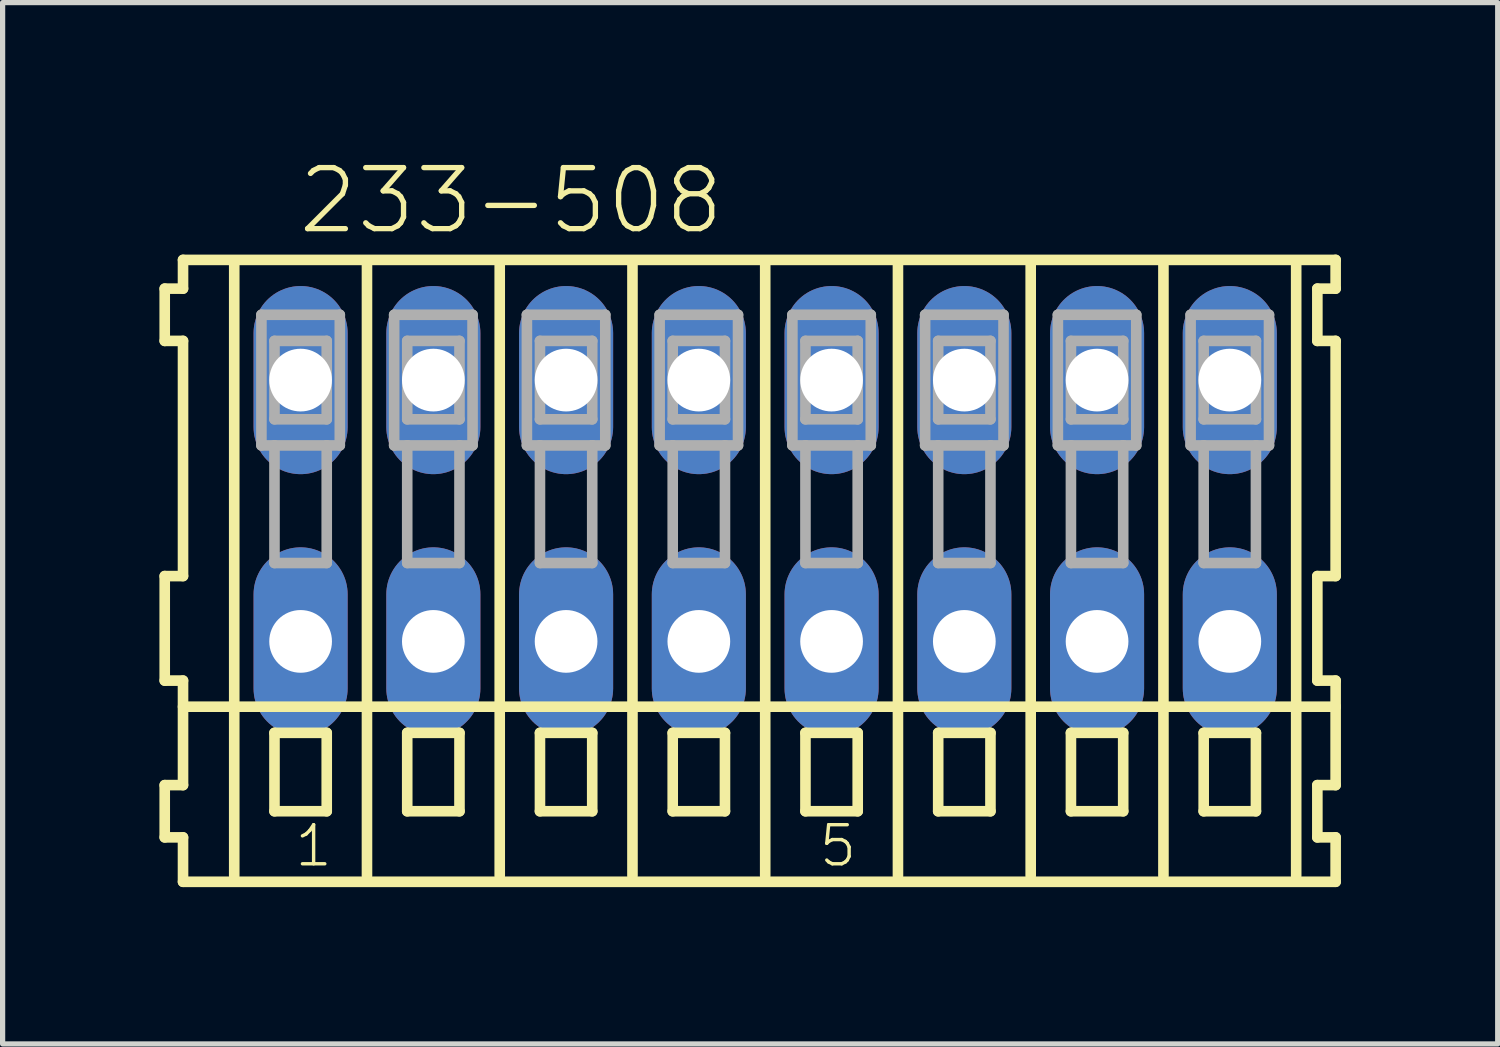
<source format=kicad_pcb>
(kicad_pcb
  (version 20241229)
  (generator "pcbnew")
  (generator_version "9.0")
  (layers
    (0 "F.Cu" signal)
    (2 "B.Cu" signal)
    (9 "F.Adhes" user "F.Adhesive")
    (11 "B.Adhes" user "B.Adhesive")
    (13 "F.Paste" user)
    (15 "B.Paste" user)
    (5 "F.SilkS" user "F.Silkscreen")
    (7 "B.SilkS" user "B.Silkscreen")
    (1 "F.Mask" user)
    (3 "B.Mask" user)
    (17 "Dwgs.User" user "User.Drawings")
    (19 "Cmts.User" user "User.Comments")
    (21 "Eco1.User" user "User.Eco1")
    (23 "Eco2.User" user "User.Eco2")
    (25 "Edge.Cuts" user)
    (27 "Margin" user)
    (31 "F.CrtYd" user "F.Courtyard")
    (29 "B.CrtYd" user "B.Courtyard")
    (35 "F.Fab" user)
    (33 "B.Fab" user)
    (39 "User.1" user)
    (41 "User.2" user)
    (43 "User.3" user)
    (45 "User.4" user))
  (footprint "233-508"
    (layer "F.Cu")
    (at 11.592 6.723)
    (property "Reference" "233-508" (at -8.99 -5.25 0) (layer "F.SilkS") (effects (font (size 1.168 1.168) (thickness 0.102)) (justify left bottom)))
    (fp_line (start -11.49 -4.25) (end -11.49 -3.25) (stroke (width 0.203) (type solid)) (layer "F.SilkS"))
    (fp_line (start -11.49 -3.25) (end -11.14 -3.25) (stroke (width 0.203) (type solid)) (layer "F.SilkS"))
    (fp_line (start -11.49 1.25) (end -11.49 3.25) (stroke (width 0.203) (type solid)) (layer "F.SilkS"))
    (fp_line (start -11.49 3.25) (end -11.14 3.25) (stroke (width 0.203) (type solid)) (layer "F.SilkS"))
    (fp_line (start -11.49 5.25) (end -11.49 6.25) (stroke (width 0.203) (type solid)) (layer "F.SilkS"))
    (fp_line (start -11.49 6.25) (end -11.14 6.25) (stroke (width 0.203) (type solid)) (layer "F.SilkS"))
    (fp_line (start -11.14 -4.8) (end -11.14 -4.25) (stroke (width 0.203) (type solid)) (layer "F.SilkS"))
    (fp_line (start -11.14 -4.25) (end -11.49 -4.25) (stroke (width 0.203) (type solid)) (layer "F.SilkS"))
    (fp_line (start -11.14 -3.25) (end -11.14 1.25) (stroke (width 0.203) (type solid)) (layer "F.SilkS"))
    (fp_line (start -11.14 1.25) (end -11.49 1.25) (stroke (width 0.203) (type solid)) (layer "F.SilkS"))
    (fp_line (start -11.14 3.25) (end -11.14 5.25) (stroke (width 0.203) (type solid)) (layer "F.SilkS"))
    (fp_line (start -11.14 3.75) (end 10.915 3.75) (stroke (width 0.203) (type solid)) (layer "F.SilkS"))
    (fp_line (start -11.14 5.25) (end -11.49 5.25) (stroke (width 0.203) (type solid)) (layer "F.SilkS"))
    (fp_line (start -11.14 6.25) (end -11.14 7.1) (stroke (width 0.203) (type solid)) (layer "F.SilkS"))
    (fp_line (start -11.14 7.1) (end 10.915 7.1) (stroke (width 0.203) (type solid)) (layer "F.SilkS"))
    (fp_line (start -10.16 6.985) (end -10.16 -4.699) (stroke (width 0.203) (type solid)) (layer "F.SilkS"))
    (fp_line (start -9.39 4.25) (end -9.39 5.75) (stroke (width 0.203) (type solid)) (layer "F.SilkS"))
    (fp_line (start -9.39 5.75) (end -8.39 5.75) (stroke (width 0.203) (type solid)) (layer "F.SilkS"))
    (fp_line (start -8.39 4.25) (end -9.39 4.25) (stroke (width 0.203) (type solid)) (layer "F.SilkS"))
    (fp_line (start -8.39 5.75) (end -8.39 4.25) (stroke (width 0.203) (type solid)) (layer "F.SilkS"))
    (fp_line (start -7.62 6.985) (end -7.62 -4.699) (stroke (width 0.203) (type solid)) (layer "F.SilkS"))
    (fp_line (start -6.85 4.25) (end -6.85 5.75) (stroke (width 0.203) (type solid)) (layer "F.SilkS"))
    (fp_line (start -6.85 5.75) (end -5.85 5.75) (stroke (width 0.203) (type solid)) (layer "F.SilkS"))
    (fp_line (start -5.85 4.25) (end -6.85 4.25) (stroke (width 0.203) (type solid)) (layer "F.SilkS"))
    (fp_line (start -5.85 5.75) (end -5.85 4.25) (stroke (width 0.203) (type solid)) (layer "F.SilkS"))
    (fp_line (start -5.08 6.985) (end -5.08 -4.699) (stroke (width 0.203) (type solid)) (layer "F.SilkS"))
    (fp_line (start -4.31 4.25) (end -4.31 5.75) (stroke (width 0.203) (type solid)) (layer "F.SilkS"))
    (fp_line (start -4.31 5.75) (end -3.31 5.75) (stroke (width 0.203) (type solid)) (layer "F.SilkS"))
    (fp_line (start -3.31 4.25) (end -4.31 4.25) (stroke (width 0.203) (type solid)) (layer "F.SilkS"))
    (fp_line (start -3.31 5.75) (end -3.31 4.25) (stroke (width 0.203) (type solid)) (layer "F.SilkS"))
    (fp_line (start -2.54 6.985) (end -2.54 -4.699) (stroke (width 0.203) (type solid)) (layer "F.SilkS"))
    (fp_line (start -1.77 4.25) (end -1.77 5.75) (stroke (width 0.203) (type solid)) (layer "F.SilkS"))
    (fp_line (start -1.77 5.75) (end -0.77 5.75) (stroke (width 0.203) (type solid)) (layer "F.SilkS"))
    (fp_line (start -0.77 4.25) (end -1.77 4.25) (stroke (width 0.203) (type solid)) (layer "F.SilkS"))
    (fp_line (start -0.77 5.75) (end -0.77 4.25) (stroke (width 0.203) (type solid)) (layer "F.SilkS"))
    (fp_line (start 0 6.985) (end 0 -4.699) (stroke (width 0.203) (type solid)) (layer "F.SilkS"))
    (fp_line (start 0.77 4.25) (end 0.77 5.75) (stroke (width 0.203) (type solid)) (layer "F.SilkS"))
    (fp_line (start 0.77 5.75) (end 1.77 5.75) (stroke (width 0.203) (type solid)) (layer "F.SilkS"))
    (fp_line (start 1.77 4.25) (end 0.77 4.25) (stroke (width 0.203) (type solid)) (layer "F.SilkS"))
    (fp_line (start 1.77 5.75) (end 1.77 4.25) (stroke (width 0.203) (type solid)) (layer "F.SilkS"))
    (fp_line (start 2.54 6.985) (end 2.54 -4.699) (stroke (width 0.203) (type solid)) (layer "F.SilkS"))
    (fp_line (start 3.31 4.25) (end 3.31 5.75) (stroke (width 0.203) (type solid)) (layer "F.SilkS"))
    (fp_line (start 3.31 5.75) (end 4.31 5.75) (stroke (width 0.203) (type solid)) (layer "F.SilkS"))
    (fp_line (start 4.31 4.25) (end 3.31 4.25) (stroke (width 0.203) (type solid)) (layer "F.SilkS"))
    (fp_line (start 4.31 5.75) (end 4.31 4.25) (stroke (width 0.203) (type solid)) (layer "F.SilkS"))
    (fp_line (start 5.08 6.985) (end 5.08 -4.699) (stroke (width 0.203) (type solid)) (layer "F.SilkS"))
    (fp_line (start 5.85 4.25) (end 5.85 5.75) (stroke (width 0.203) (type solid)) (layer "F.SilkS"))
    (fp_line (start 5.85 5.75) (end 6.85 5.75) (stroke (width 0.203) (type solid)) (layer "F.SilkS"))
    (fp_line (start 6.85 4.25) (end 5.85 4.25) (stroke (width 0.203) (type solid)) (layer "F.SilkS"))
    (fp_line (start 6.85 5.75) (end 6.85 4.25) (stroke (width 0.203) (type solid)) (layer "F.SilkS"))
    (fp_line (start 7.62 6.985) (end 7.62 -4.699) (stroke (width 0.203) (type solid)) (layer "F.SilkS"))
    (fp_line (start 8.39 4.25) (end 8.39 5.75) (stroke (width 0.203) (type solid)) (layer "F.SilkS"))
    (fp_line (start 8.39 5.75) (end 9.39 5.75) (stroke (width 0.203) (type solid)) (layer "F.SilkS"))
    (fp_line (start 9.39 4.25) (end 8.39 4.25) (stroke (width 0.203) (type solid)) (layer "F.SilkS"))
    (fp_line (start 9.39 5.75) (end 9.39 4.25) (stroke (width 0.203) (type solid)) (layer "F.SilkS"))
    (fp_line (start 10.16 6.985) (end 10.16 -4.699) (stroke (width 0.203) (type solid)) (layer "F.SilkS"))
    (fp_line (start 10.565 -4.25) (end 10.565 -3.25) (stroke (width 0.203) (type solid)) (layer "F.SilkS"))
    (fp_line (start 10.565 -3.25) (end 10.915 -3.25) (stroke (width 0.203) (type solid)) (layer "F.SilkS"))
    (fp_line (start 10.565 1.25) (end 10.565 3.25) (stroke (width 0.203) (type solid)) (layer "F.SilkS"))
    (fp_line (start 10.565 3.25) (end 10.915 3.25) (stroke (width 0.203) (type solid)) (layer "F.SilkS"))
    (fp_line (start 10.565 5.25) (end 10.565 6.25) (stroke (width 0.203) (type solid)) (layer "F.SilkS"))
    (fp_line (start 10.565 6.25) (end 10.915 6.25) (stroke (width 0.203) (type solid)) (layer "F.SilkS"))
    (fp_line (start 10.915 -4.8) (end -11.14 -4.8) (stroke (width 0.203) (type solid)) (layer "F.SilkS"))
    (fp_line (start 10.915 -4.25) (end 10.565 -4.25) (stroke (width 0.203) (type solid)) (layer "F.SilkS"))
    (fp_line (start 10.915 -4.25) (end 10.915 -4.8) (stroke (width 0.203) (type solid)) (layer "F.SilkS"))
    (fp_line (start 10.915 1.25) (end 10.565 1.25) (stroke (width 0.203) (type solid)) (layer "F.SilkS"))
    (fp_line (start 10.915 1.25) (end 10.915 -3.25) (stroke (width 0.203) (type solid)) (layer "F.SilkS"))
    (fp_line (start 10.915 3.75) (end 10.915 3.25) (stroke (width 0.203) (type solid)) (layer "F.SilkS"))
    (fp_line (start 10.915 5.25) (end 10.565 5.25) (stroke (width 0.203) (type solid)) (layer "F.SilkS"))
    (fp_line (start 10.915 5.25) (end 10.915 3.75) (stroke (width 0.203) (type solid)) (layer "F.SilkS"))
    (fp_line (start 10.915 7.1) (end 10.915 6.25) (stroke (width 0.203) (type solid)) (layer "F.SilkS"))
    (fp_line (start -9.64 -3.75) (end -9.64 -1.25) (stroke (width 0.203) (type solid)) (layer "F.Fab"))
    (fp_line (start -9.64 -1.25) (end -9.39 -1.25) (stroke (width 0.203) (type solid)) (layer "F.Fab"))
    (fp_line (start -9.39 -3.25) (end -9.39 -1.75) (stroke (width 0.203) (type solid)) (layer "F.Fab"))
    (fp_line (start -9.39 -1.75) (end -8.39 -1.75) (stroke (width 0.203) (type solid)) (layer "F.Fab"))
    (fp_line (start -9.39 -1.25) (end -9.39 1) (stroke (width 0.203) (type solid)) (layer "F.Fab"))
    (fp_line (start -9.39 -1.25) (end -8.39 -1.25) (stroke (width 0.203) (type solid)) (layer "F.Fab"))
    (fp_line (start -9.39 1) (end -8.39 1) (stroke (width 0.203) (type solid)) (layer "F.Fab"))
    (fp_line (start -8.39 -3.25) (end -9.39 -3.25) (stroke (width 0.203) (type solid)) (layer "F.Fab"))
    (fp_line (start -8.39 -1.75) (end -8.39 -3.25) (stroke (width 0.203) (type solid)) (layer "F.Fab"))
    (fp_line (start -8.39 -1.25) (end -8.14 -1.25) (stroke (width 0.203) (type solid)) (layer "F.Fab"))
    (fp_line (start -8.39 1) (end -8.39 -1.25) (stroke (width 0.203) (type solid)) (layer "F.Fab"))
    (fp_line (start -8.14 -3.75) (end -9.64 -3.75) (stroke (width 0.203) (type solid)) (layer "F.Fab"))
    (fp_line (start -8.14 -1.25) (end -8.14 -3.75) (stroke (width 0.203) (type solid)) (layer "F.Fab"))
    (fp_line (start -7.1 -3.75) (end -7.1 -1.25) (stroke (width 0.203) (type solid)) (layer "F.Fab"))
    (fp_line (start -7.1 -1.25) (end -6.85 -1.25) (stroke (width 0.203) (type solid)) (layer "F.Fab"))
    (fp_line (start -6.85 -3.25) (end -6.85 -1.75) (stroke (width 0.203) (type solid)) (layer "F.Fab"))
    (fp_line (start -6.85 -1.75) (end -5.85 -1.75) (stroke (width 0.203) (type solid)) (layer "F.Fab"))
    (fp_line (start -6.85 -1.25) (end -6.85 1) (stroke (width 0.203) (type solid)) (layer "F.Fab"))
    (fp_line (start -6.85 -1.25) (end -5.85 -1.25) (stroke (width 0.203) (type solid)) (layer "F.Fab"))
    (fp_line (start -6.85 1) (end -5.85 1) (stroke (width 0.203) (type solid)) (layer "F.Fab"))
    (fp_line (start -5.85 -3.25) (end -6.85 -3.25) (stroke (width 0.203) (type solid)) (layer "F.Fab"))
    (fp_line (start -5.85 -1.75) (end -5.85 -3.25) (stroke (width 0.203) (type solid)) (layer "F.Fab"))
    (fp_line (start -5.85 -1.25) (end -5.6 -1.25) (stroke (width 0.203) (type solid)) (layer "F.Fab"))
    (fp_line (start -5.85 1) (end -5.85 -1.25) (stroke (width 0.203) (type solid)) (layer "F.Fab"))
    (fp_line (start -5.6 -3.75) (end -7.1 -3.75) (stroke (width 0.203) (type solid)) (layer "F.Fab"))
    (fp_line (start -5.6 -1.25) (end -5.6 -3.75) (stroke (width 0.203) (type solid)) (layer "F.Fab"))
    (fp_line (start -4.56 -3.75) (end -4.56 -1.25) (stroke (width 0.203) (type solid)) (layer "F.Fab"))
    (fp_line (start -4.56 -1.25) (end -4.31 -1.25) (stroke (width 0.203) (type solid)) (layer "F.Fab"))
    (fp_line (start -4.31 -3.25) (end -4.31 -1.75) (stroke (width 0.203) (type solid)) (layer "F.Fab"))
    (fp_line (start -4.31 -1.75) (end -3.31 -1.75) (stroke (width 0.203) (type solid)) (layer "F.Fab"))
    (fp_line (start -4.31 -1.25) (end -4.31 1) (stroke (width 0.203) (type solid)) (layer "F.Fab"))
    (fp_line (start -4.31 -1.25) (end -3.31 -1.25) (stroke (width 0.203) (type solid)) (layer "F.Fab"))
    (fp_line (start -4.31 1) (end -3.31 1) (stroke (width 0.203) (type solid)) (layer "F.Fab"))
    (fp_line (start -3.31 -3.25) (end -4.31 -3.25) (stroke (width 0.203) (type solid)) (layer "F.Fab"))
    (fp_line (start -3.31 -1.75) (end -3.31 -3.25) (stroke (width 0.203) (type solid)) (layer "F.Fab"))
    (fp_line (start -3.31 -1.25) (end -3.06 -1.25) (stroke (width 0.203) (type solid)) (layer "F.Fab"))
    (fp_line (start -3.31 1) (end -3.31 -1.25) (stroke (width 0.203) (type solid)) (layer "F.Fab"))
    (fp_line (start -3.06 -3.75) (end -4.56 -3.75) (stroke (width 0.203) (type solid)) (layer "F.Fab"))
    (fp_line (start -3.06 -1.25) (end -3.06 -3.75) (stroke (width 0.203) (type solid)) (layer "F.Fab"))
    (fp_line (start -2.02 -3.75) (end -2.02 -1.25) (stroke (width 0.203) (type solid)) (layer "F.Fab"))
    (fp_line (start -2.02 -1.25) (end -1.77 -1.25) (stroke (width 0.203) (type solid)) (layer "F.Fab"))
    (fp_line (start -1.77 -3.25) (end -1.77 -1.75) (stroke (width 0.203) (type solid)) (layer "F.Fab"))
    (fp_line (start -1.77 -1.75) (end -0.77 -1.75) (stroke (width 0.203) (type solid)) (layer "F.Fab"))
    (fp_line (start -1.77 -1.25) (end -1.77 1) (stroke (width 0.203) (type solid)) (layer "F.Fab"))
    (fp_line (start -1.77 -1.25) (end -0.77 -1.25) (stroke (width 0.203) (type solid)) (layer "F.Fab"))
    (fp_line (start -1.77 1) (end -0.77 1) (stroke (width 0.203) (type solid)) (layer "F.Fab"))
    (fp_line (start -0.77 -3.25) (end -1.77 -3.25) (stroke (width 0.203) (type solid)) (layer "F.Fab"))
    (fp_line (start -0.77 -1.75) (end -0.77 -3.25) (stroke (width 0.203) (type solid)) (layer "F.Fab"))
    (fp_line (start -0.77 -1.25) (end -0.52 -1.25) (stroke (width 0.203) (type solid)) (layer "F.Fab"))
    (fp_line (start -0.77 1) (end -0.77 -1.25) (stroke (width 0.203) (type solid)) (layer "F.Fab"))
    (fp_line (start -0.52 -3.75) (end -2.02 -3.75) (stroke (width 0.203) (type solid)) (layer "F.Fab"))
    (fp_line (start -0.52 -1.25) (end -0.52 -3.75) (stroke (width 0.203) (type solid)) (layer "F.Fab"))
    (fp_line (start 0.52 -3.75) (end 0.52 -1.25) (stroke (width 0.203) (type solid)) (layer "F.Fab"))
    (fp_line (start 0.52 -1.25) (end 0.77 -1.25) (stroke (width 0.203) (type solid)) (layer "F.Fab"))
    (fp_line (start 0.77 -3.25) (end 0.77 -1.75) (stroke (width 0.203) (type solid)) (layer "F.Fab"))
    (fp_line (start 0.77 -1.75) (end 1.77 -1.75) (stroke (width 0.203) (type solid)) (layer "F.Fab"))
    (fp_line (start 0.77 -1.25) (end 0.77 1) (stroke (width 0.203) (type solid)) (layer "F.Fab"))
    (fp_line (start 0.77 -1.25) (end 1.77 -1.25) (stroke (width 0.203) (type solid)) (layer "F.Fab"))
    (fp_line (start 0.77 1) (end 1.77 1) (stroke (width 0.203) (type solid)) (layer "F.Fab"))
    (fp_line (start 1.77 -3.25) (end 0.77 -3.25) (stroke (width 0.203) (type solid)) (layer "F.Fab"))
    (fp_line (start 1.77 -1.75) (end 1.77 -3.25) (stroke (width 0.203) (type solid)) (layer "F.Fab"))
    (fp_line (start 1.77 -1.25) (end 2.02 -1.25) (stroke (width 0.203) (type solid)) (layer "F.Fab"))
    (fp_line (start 1.77 1) (end 1.77 -1.25) (stroke (width 0.203) (type solid)) (layer "F.Fab"))
    (fp_line (start 2.02 -3.75) (end 0.52 -3.75) (stroke (width 0.203) (type solid)) (layer "F.Fab"))
    (fp_line (start 2.02 -1.25) (end 2.02 -3.75) (stroke (width 0.203) (type solid)) (layer "F.Fab"))
    (fp_line (start 3.06 -3.75) (end 3.06 -1.25) (stroke (width 0.203) (type solid)) (layer "F.Fab"))
    (fp_line (start 3.06 -1.25) (end 3.31 -1.25) (stroke (width 0.203) (type solid)) (layer "F.Fab"))
    (fp_line (start 3.31 -3.25) (end 3.31 -1.75) (stroke (width 0.203) (type solid)) (layer "F.Fab"))
    (fp_line (start 3.31 -1.75) (end 4.31 -1.75) (stroke (width 0.203) (type solid)) (layer "F.Fab"))
    (fp_line (start 3.31 -1.25) (end 3.31 1) (stroke (width 0.203) (type solid)) (layer "F.Fab"))
    (fp_line (start 3.31 -1.25) (end 4.31 -1.25) (stroke (width 0.203) (type solid)) (layer "F.Fab"))
    (fp_line (start 3.31 1) (end 4.31 1) (stroke (width 0.203) (type solid)) (layer "F.Fab"))
    (fp_line (start 4.31 -3.25) (end 3.31 -3.25) (stroke (width 0.203) (type solid)) (layer "F.Fab"))
    (fp_line (start 4.31 -1.75) (end 4.31 -3.25) (stroke (width 0.203) (type solid)) (layer "F.Fab"))
    (fp_line (start 4.31 -1.25) (end 4.56 -1.25) (stroke (width 0.203) (type solid)) (layer "F.Fab"))
    (fp_line (start 4.31 1) (end 4.31 -1.25) (stroke (width 0.203) (type solid)) (layer "F.Fab"))
    (fp_line (start 4.56 -3.75) (end 3.06 -3.75) (stroke (width 0.203) (type solid)) (layer "F.Fab"))
    (fp_line (start 4.56 -1.25) (end 4.56 -3.75) (stroke (width 0.203) (type solid)) (layer "F.Fab"))
    (fp_line (start 5.6 -3.75) (end 5.6 -1.25) (stroke (width 0.203) (type solid)) (layer "F.Fab"))
    (fp_line (start 5.6 -1.25) (end 5.85 -1.25) (stroke (width 0.203) (type solid)) (layer "F.Fab"))
    (fp_line (start 5.85 -3.25) (end 5.85 -1.75) (stroke (width 0.203) (type solid)) (layer "F.Fab"))
    (fp_line (start 5.85 -1.75) (end 6.85 -1.75) (stroke (width 0.203) (type solid)) (layer "F.Fab"))
    (fp_line (start 5.85 -1.25) (end 5.85 1) (stroke (width 0.203) (type solid)) (layer "F.Fab"))
    (fp_line (start 5.85 -1.25) (end 6.85 -1.25) (stroke (width 0.203) (type solid)) (layer "F.Fab"))
    (fp_line (start 5.85 1) (end 6.85 1) (stroke (width 0.203) (type solid)) (layer "F.Fab"))
    (fp_line (start 6.85 -3.25) (end 5.85 -3.25) (stroke (width 0.203) (type solid)) (layer "F.Fab"))
    (fp_line (start 6.85 -1.75) (end 6.85 -3.25) (stroke (width 0.203) (type solid)) (layer "F.Fab"))
    (fp_line (start 6.85 -1.25) (end 7.1 -1.25) (stroke (width 0.203) (type solid)) (layer "F.Fab"))
    (fp_line (start 6.85 1) (end 6.85 -1.25) (stroke (width 0.203) (type solid)) (layer "F.Fab"))
    (fp_line (start 7.1 -3.75) (end 5.6 -3.75) (stroke (width 0.203) (type solid)) (layer "F.Fab"))
    (fp_line (start 7.1 -1.25) (end 7.1 -3.75) (stroke (width 0.203) (type solid)) (layer "F.Fab"))
    (fp_line (start 8.14 -3.75) (end 8.14 -1.25) (stroke (width 0.203) (type solid)) (layer "F.Fab"))
    (fp_line (start 8.14 -1.25) (end 8.39 -1.25) (stroke (width 0.203) (type solid)) (layer "F.Fab"))
    (fp_line (start 8.39 -3.25) (end 8.39 -1.75) (stroke (width 0.203) (type solid)) (layer "F.Fab"))
    (fp_line (start 8.39 -1.75) (end 9.39 -1.75) (stroke (width 0.203) (type solid)) (layer "F.Fab"))
    (fp_line (start 8.39 -1.25) (end 8.39 1) (stroke (width 0.203) (type solid)) (layer "F.Fab"))
    (fp_line (start 8.39 -1.25) (end 9.39 -1.25) (stroke (width 0.203) (type solid)) (layer "F.Fab"))
    (fp_line (start 8.39 1) (end 9.39 1) (stroke (width 0.203) (type solid)) (layer "F.Fab"))
    (fp_line (start 9.39 -3.25) (end 8.39 -3.25) (stroke (width 0.203) (type solid)) (layer "F.Fab"))
    (fp_line (start 9.39 -1.75) (end 9.39 -3.25) (stroke (width 0.203) (type solid)) (layer "F.Fab"))
    (fp_line (start 9.39 -1.25) (end 9.64 -1.25) (stroke (width 0.203) (type solid)) (layer "F.Fab"))
    (fp_line (start 9.39 1) (end 9.39 -1.25) (stroke (width 0.203) (type solid)) (layer "F.Fab"))
    (fp_line (start 9.64 -3.75) (end 8.14 -3.75) (stroke (width 0.203) (type solid)) (layer "F.Fab"))
    (fp_line (start 9.64 -1.25) (end 9.64 -3.75) (stroke (width 0.203) (type solid)) (layer "F.Fab"))
    (fp_text user "5" (at 0.993 6.85 0) (layer "F.SilkS") (effects (font (size 0.748 0.748) (thickness 0.065)) (justify left bottom)))
    (fp_text user "1" (at -9.04 6.85 0) (layer "F.SilkS") (effects (font (size 0.748 0.748) (thickness 0.065)) (justify left bottom)))
    (pad "A1" thru_hole oval (at -8.89 -2.5 90) (size 3.6 1.8) (drill 1.2) (layers "*.Cu" "*.Mask"))
    (pad "A2" thru_hole oval (at -6.35 -2.5 90) (size 3.6 1.8) (drill 1.2) (layers "*.Cu" "*.Mask"))
    (pad "A3" thru_hole oval (at -3.81 -2.5 90) (size 3.6 1.8) (drill 1.2) (layers "*.Cu" "*.Mask"))
    (pad "A4" thru_hole oval (at -1.27 -2.5 90) (size 3.6 1.8) (drill 1.2) (layers "*.Cu" "*.Mask"))
    (pad "A5" thru_hole oval (at 1.27 -2.5 90) (size 3.6 1.8) (drill 1.2) (layers "*.Cu" "*.Mask"))
    (pad "A6" thru_hole oval (at 3.81 -2.5 90) (size 3.6 1.8) (drill 1.2) (layers "*.Cu" "*.Mask"))
    (pad "A7" thru_hole oval (at 6.35 -2.5 90) (size 3.6 1.8) (drill 1.2) (layers "*.Cu" "*.Mask"))
    (pad "A8" thru_hole oval (at 8.89 -2.5 90) (size 3.6 1.8) (drill 1.2) (layers "*.Cu" "*.Mask"))
    (pad "B1" thru_hole oval (at -8.89 2.5 90) (size 3.6 1.8) (drill 1.2) (layers "*.Cu" "*.Mask"))
    (pad "B2" thru_hole oval (at -6.35 2.5 90) (size 3.6 1.8) (drill 1.2) (layers "*.Cu" "*.Mask"))
    (pad "B3" thru_hole oval (at -3.81 2.5 90) (size 3.6 1.8) (drill 1.2) (layers "*.Cu" "*.Mask"))
    (pad "B4" thru_hole oval (at -1.27 2.5 90) (size 3.6 1.8) (drill 1.2) (layers "*.Cu" "*.Mask"))
    (pad "B5" thru_hole oval (at 1.27 2.5 90) (size 3.6 1.8) (drill 1.2) (layers "*.Cu" "*.Mask"))
    (pad "B6" thru_hole oval (at 3.81 2.5 90) (size 3.6 1.8) (drill 1.2) (layers "*.Cu" "*.Mask"))
    (pad "B7" thru_hole oval (at 6.35 2.5 90) (size 3.6 1.8) (drill 1.2) (layers "*.Cu" "*.Mask"))
    (pad "B8" thru_hole oval (at 8.89 2.5 90) (size 3.6 1.8) (drill 1.2) (layers "*.Cu" "*.Mask")))
  (gr_rect
    (start -3 -3)
    (end 25.608 16.925)
    (stroke (width 0.1) (type default))
    (fill no)
    (layer "Edge.Cuts")))
</source>
